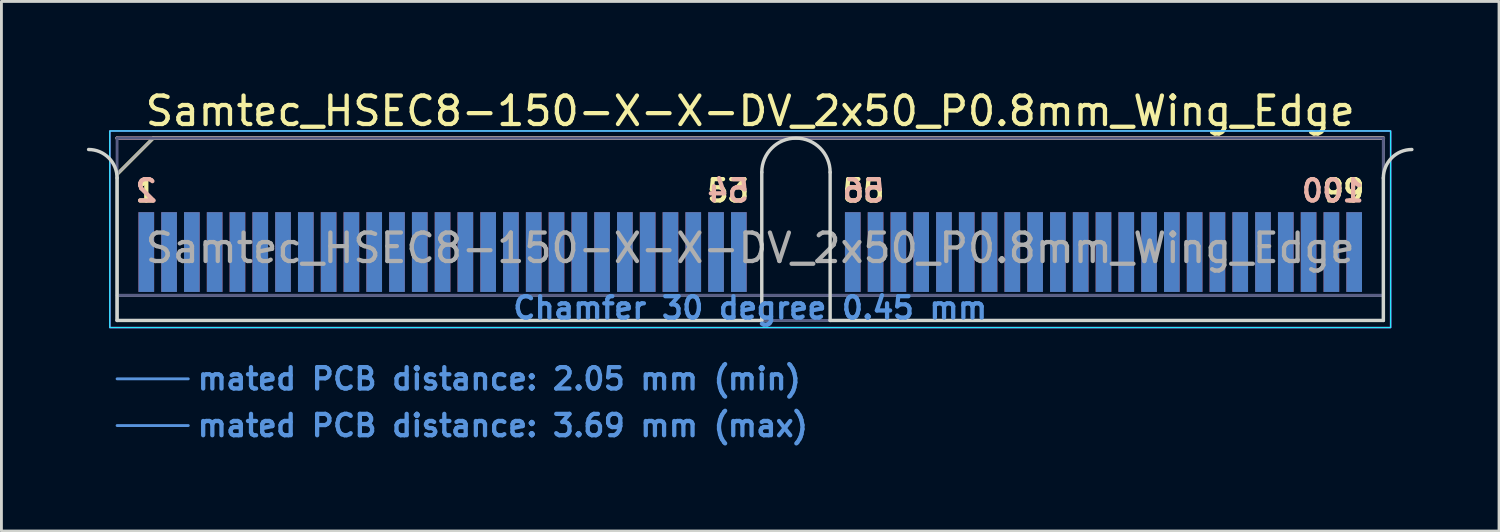
<source format=kicad_pcb>
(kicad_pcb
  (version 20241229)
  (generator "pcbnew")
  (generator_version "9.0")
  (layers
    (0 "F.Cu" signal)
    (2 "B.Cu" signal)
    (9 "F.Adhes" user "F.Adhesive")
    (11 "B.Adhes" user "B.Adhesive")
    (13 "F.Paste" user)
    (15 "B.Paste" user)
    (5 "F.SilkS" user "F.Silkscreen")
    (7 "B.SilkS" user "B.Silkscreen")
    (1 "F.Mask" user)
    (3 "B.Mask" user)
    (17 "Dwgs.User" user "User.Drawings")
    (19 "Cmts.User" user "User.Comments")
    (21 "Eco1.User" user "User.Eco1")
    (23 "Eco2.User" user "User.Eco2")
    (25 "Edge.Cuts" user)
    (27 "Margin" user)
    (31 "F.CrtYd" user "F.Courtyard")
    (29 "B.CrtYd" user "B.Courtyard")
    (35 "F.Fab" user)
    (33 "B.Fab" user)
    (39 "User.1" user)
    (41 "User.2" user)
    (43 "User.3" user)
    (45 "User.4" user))
  (footprint "Samtec_HSEC8-150-X-X-DV_2x50_P0.8mm_Wing_Edge"
    (layer "F.Cu")
    (at 23.285 8.198)
    (property "Reference" "Samtec_HSEC8-150-X-X-DV_2x50_P0.8mm_Wing_Edge" (at 0 -7.35 0) (layer "F.SilkS") (effects (font (size 1 1) (thickness 0.15))))
    (attr exclude_from_pos_files exclude_from_bom)
    (fp_line (start -22.225 -5.13) (end -20.955 -6.4) (stroke (width 0.12) (type solid)) (layer "F.SilkS"))
    (fp_line (start -20.955 -6.4) (end 22.225 -6.4) (stroke (width 0.12) (type solid)) (layer "F.SilkS"))
    (fp_line (start -22.225 -6.4) (end -22.225 -6.4) (stroke (width 0.12) (type solid)) (layer "B.SilkS"))
    (fp_line (start -22.225 -6.4) (end 22.225 -6.4) (stroke (width 0.12) (type solid)) (layer "B.SilkS"))
    (fp_line (start -22.225 2.05) (end -19.725 2.05) (stroke (width 0.1) (type solid)) (layer "Cmts.User"))
    (fp_line (start -22.225 3.69) (end -19.725 3.69) (stroke (width 0.1) (type solid)) (layer "Cmts.User"))
    (fp_line (start -22.225 -5) (end -22.225 0) (stroke (width 0.12) (type solid)) (layer "Edge.Cuts"))
    (fp_line (start -22.225 0) (end 0.405 0) (stroke (width 0.12) (type solid)) (layer "Edge.Cuts"))
    (fp_line (start 0.405 0) (end 0.405 -5.2) (stroke (width 0.12) (type solid)) (layer "Edge.Cuts"))
    (fp_line (start 2.805 -5.2) (end 2.805 0) (stroke (width 0.12) (type solid)) (layer "Edge.Cuts"))
    (fp_line (start 2.805 0) (end 22.225 0) (stroke (width 0.12) (type solid)) (layer "Edge.Cuts"))
    (fp_line (start 22.225 0) (end 22.225 -5) (stroke (width 0.12) (type solid)) (layer "Edge.Cuts"))
    (fp_arc (start -23.225 -6) (mid -22.517893 -5.707107) (end -22.225 -5) (stroke (width 0.12) (type solid)) (layer "Edge.Cuts"))
    (fp_arc (start 0.405 -5.2) (mid 1.605 -6.4) (end 2.805 -5.2) (stroke (width 0.12) (type solid)) (layer "Edge.Cuts"))
    (fp_arc (start 22.225 -5) (mid 22.517893 -5.707107) (end 23.225 -6) (stroke (width 0.12) (type solid)) (layer "Edge.Cuts"))
    (fp_rect (start -22.48 -6.65) (end 22.48 0.25) (stroke (width 0.05) (type solid)) (fill no) (layer "B.CrtYd"))
    (fp_rect (start -22.48 -6.65) (end 22.48 0.25) (stroke (width 0.05) (type solid)) (fill no) (layer "F.CrtYd"))
    (fp_line (start -22.225 -6.4) (end -22.225 -6.4) (stroke (width 0.1) (type solid)) (layer "B.Fab"))
    (fp_line (start -22.225 -6.4) (end -22.225 0) (stroke (width 0.1) (type solid)) (layer "B.Fab"))
    (fp_line (start -22.225 -6.4) (end 22.225 -6.4) (stroke (width 0.1) (type solid)) (layer "B.Fab"))
    (fp_line (start -22.225 -0.88) (end 22.225 -0.88) (stroke (width 0.1) (type solid)) (layer "B.Fab"))
    (fp_line (start -22.225 0) (end 22.225 0) (stroke (width 0.1) (type solid)) (layer "B.Fab"))
    (fp_line (start 22.225 -6.4) (end 22.225 0) (stroke (width 0.1) (type solid)) (layer "B.Fab"))
    (fp_line (start -22.225 -5.13) (end -22.225 0) (stroke (width 0.1) (type solid)) (layer "F.Fab"))
    (fp_line (start -22.225 -5.13) (end -20.955 -6.4) (stroke (width 0.1) (type solid)) (layer "F.Fab"))
    (fp_line (start -22.225 -0.88) (end 22.225 -0.88) (stroke (width 0.1) (type solid)) (layer "F.Fab"))
    (fp_line (start -22.225 0) (end 22.225 0) (stroke (width 0.1) (type solid)) (layer "F.Fab"))
    (fp_line (start -20.955 -6.4) (end 22.225 -6.4) (stroke (width 0.1) (type solid)) (layer "F.Fab"))
    (fp_line (start 22.225 -6.4) (end 22.225 0) (stroke (width 0.1) (type solid)) (layer "F.Fab"))
    (fp_text user "53" (at -0.775 -4.55 0) (layer "F.SilkS") (effects (font (size 0.75 0.75) (thickness 0.15))))
    (fp_text user "99" (at 20.825 -4.55 0) (layer "F.SilkS") (effects (font (size 0.75 0.75) (thickness 0.15))))
    (fp_text user "1" (at -21.2 -4.55 0) (layer "F.SilkS") (effects (font (size 0.75 0.75) (thickness 0.15))))
    (fp_text user "55" (at 3.975 -4.55 0) (layer "F.SilkS") (effects (font (size 0.75 0.75) (thickness 0.15))))
    (fp_text user "2" (at -21.2 -4.55 0) (layer "B.SilkS") (effects (font (size 0.75 0.75) (thickness 0.15)) (justify mirror)))
    (fp_text user "56" (at 3.975 -4.55 0) (layer "B.SilkS") (effects (font (size 0.75 0.75) (thickness 0.15)) (justify mirror)))
    (fp_text user "100" (at 20.45 -4.55 0) (layer "B.SilkS") (effects (font (size 0.75 0.75) (thickness 0.15)) (justify mirror)))
    (fp_text user "54" (at -0.775 -4.55 0) (layer "B.SilkS") (effects (font (size 0.75 0.75) (thickness 0.15)) (justify mirror)))
    (fp_text user "Chamfer 30 degree 0.45 mm" (at 0 -0.44 0) (layer "Cmts.User") (effects (font (size 0.75 0.75) (thickness 0.15))))
    (fp_text user "mated PCB distance: 2.05 mm (min)" (at -19.48 2.05 0) (layer "Cmts.User") (effects (font (size 0.75 0.75) (thickness 0.15)) (justify left)))
    (fp_text user "mated PCB distance: 3.69 mm (max)" (at -19.48 3.69 0) (layer "Cmts.User") (effects (font (size 0.75 0.75) (thickness 0.15)) (justify left)))
    (fp_text user "${REFERENCE}" (at 0 -2.54 0) (layer "F.Fab") (effects (font (size 1 1) (thickness 0.15))))
    (pad "1" connect rect (at -21.2 -2.4) (size 0.55 2.8) (layers "F.Cu" "F.Mask"))
    (pad "2" connect rect (at -21.2 -2.4) (size 0.55 2.8) (layers "B.Cu" "B.Mask"))
    (pad "3" connect rect (at -20.4 -2.4) (size 0.55 2.8) (layers "F.Cu" "F.Mask"))
    (pad "4" connect rect (at -20.4 -2.4) (size 0.55 2.8) (layers "B.Cu" "B.Mask"))
    (pad "5" connect rect (at -19.6 -2.4) (size 0.55 2.8) (layers "F.Cu" "F.Mask"))
    (pad "6" connect rect (at -19.6 -2.4) (size 0.55 2.8) (layers "B.Cu" "B.Mask"))
    (pad "7" connect rect (at -18.8 -2.4) (size 0.55 2.8) (layers "F.Cu" "F.Mask"))
    (pad "8" connect rect (at -18.8 -2.4) (size 0.55 2.8) (layers "B.Cu" "B.Mask"))
    (pad "9" connect rect (at -18 -2.4) (size 0.55 2.8) (layers "F.Cu" "F.Mask"))
    (pad "10" connect rect (at -18 -2.4) (size 0.55 2.8) (layers "B.Cu" "B.Mask"))
    (pad "11" connect rect (at -17.2 -2.4) (size 0.55 2.8) (layers "F.Cu" "F.Mask"))
    (pad "12" connect rect (at -17.2 -2.4) (size 0.55 2.8) (layers "B.Cu" "B.Mask"))
    (pad "13" connect rect (at -16.4 -2.4) (size 0.55 2.8) (layers "F.Cu" "F.Mask"))
    (pad "14" connect rect (at -16.4 -2.4) (size 0.55 2.8) (layers "B.Cu" "B.Mask"))
    (pad "15" connect rect (at -15.6 -2.4) (size 0.55 2.8) (layers "F.Cu" "F.Mask"))
    (pad "16" connect rect (at -15.6 -2.4) (size 0.55 2.8) (layers "B.Cu" "B.Mask"))
    (pad "17" connect rect (at -14.8 -2.4) (size 0.55 2.8) (layers "F.Cu" "F.Mask"))
    (pad "18" connect rect (at -14.8 -2.4) (size 0.55 2.8) (layers "B.Cu" "B.Mask"))
    (pad "19" connect rect (at -14 -2.4) (size 0.55 2.8) (layers "F.Cu" "F.Mask"))
    (pad "20" connect rect (at -14 -2.4) (size 0.55 2.8) (layers "B.Cu" "B.Mask"))
    (pad "21" connect rect (at -13.2 -2.4) (size 0.55 2.8) (layers "F.Cu" "F.Mask"))
    (pad "22" connect rect (at -13.2 -2.4) (size 0.55 2.8) (layers "B.Cu" "B.Mask"))
    (pad "23" connect rect (at -12.4 -2.4) (size 0.55 2.8) (layers "F.Cu" "F.Mask"))
    (pad "24" connect rect (at -12.4 -2.4) (size 0.55 2.8) (layers "B.Cu" "B.Mask"))
    (pad "25" connect rect (at -11.6 -2.4) (size 0.55 2.8) (layers "F.Cu" "F.Mask"))
    (pad "26" connect rect (at -11.6 -2.4) (size 0.55 2.8) (layers "B.Cu" "B.Mask"))
    (pad "27" connect rect (at -10.8 -2.4) (size 0.55 2.8) (layers "F.Cu" "F.Mask"))
    (pad "28" connect rect (at -10.8 -2.4) (size 0.55 2.8) (layers "B.Cu" "B.Mask"))
    (pad "29" connect rect (at -10 -2.4) (size 0.55 2.8) (layers "F.Cu" "F.Mask"))
    (pad "30" connect rect (at -10 -2.4) (size 0.55 2.8) (layers "B.Cu" "B.Mask"))
    (pad "31" connect rect (at -9.2 -2.4) (size 0.55 2.8) (layers "F.Cu" "F.Mask"))
    (pad "32" connect rect (at -9.2 -2.4) (size 0.55 2.8) (layers "B.Cu" "B.Mask"))
    (pad "33" connect rect (at -8.4 -2.4) (size 0.55 2.8) (layers "F.Cu" "F.Mask"))
    (pad "34" connect rect (at -8.4 -2.4) (size 0.55 2.8) (layers "B.Cu" "B.Mask"))
    (pad "35" connect rect (at -7.6 -2.4) (size 0.55 2.8) (layers "F.Cu" "F.Mask"))
    (pad "36" connect rect (at -7.6 -2.4) (size 0.55 2.8) (layers "B.Cu" "B.Mask"))
    (pad "37" connect rect (at -6.8 -2.4) (size 0.55 2.8) (layers "F.Cu" "F.Mask"))
    (pad "38" connect rect (at -6.8 -2.4) (size 0.55 2.8) (layers "B.Cu" "B.Mask"))
    (pad "39" connect rect (at -6 -2.4) (size 0.55 2.8) (layers "F.Cu" "F.Mask"))
    (pad "40" connect rect (at -6 -2.4) (size 0.55 2.8) (layers "B.Cu" "B.Mask"))
    (pad "41" connect rect (at -5.2 -2.4) (size 0.55 2.8) (layers "F.Cu" "F.Mask"))
    (pad "42" connect rect (at -5.2 -2.4) (size 0.55 2.8) (layers "B.Cu" "B.Mask"))
    (pad "43" connect rect (at -4.4 -2.4) (size 0.55 2.8) (layers "F.Cu" "F.Mask"))
    (pad "44" connect rect (at -4.4 -2.4) (size 0.55 2.8) (layers "B.Cu" "B.Mask"))
    (pad "45" connect rect (at -3.6 -2.4) (size 0.55 2.8) (layers "F.Cu" "F.Mask"))
    (pad "46" connect rect (at -3.6 -2.4) (size 0.55 2.8) (layers "B.Cu" "B.Mask"))
    (pad "47" connect rect (at -2.8 -2.4) (size 0.55 2.8) (layers "F.Cu" "F.Mask"))
    (pad "48" connect rect (at -2.8 -2.4) (size 0.55 2.8) (layers "B.Cu" "B.Mask"))
    (pad "49" connect rect (at -2 -2.4) (size 0.55 2.8) (layers "F.Cu" "F.Mask"))
    (pad "50" connect rect (at -2 -2.4) (size 0.55 2.8) (layers "B.Cu" "B.Mask"))
    (pad "51" connect rect (at -1.2 -2.4) (size 0.55 2.8) (layers "F.Cu" "F.Mask"))
    (pad "52" connect rect (at -1.2 -2.4) (size 0.55 2.8) (layers "B.Cu" "B.Mask"))
    (pad "53" connect rect (at -0.4 -2.4) (size 0.55 2.8) (layers "F.Cu" "F.Mask"))
    (pad "54" connect rect (at -0.4 -2.4) (size 0.55 2.8) (layers "B.Cu" "B.Mask"))
    (pad "55" connect rect (at 3.6 -2.4) (size 0.55 2.8) (layers "F.Cu" "F.Mask"))
    (pad "56" connect rect (at 3.6 -2.4) (size 0.55 2.8) (layers "B.Cu" "B.Mask"))
    (pad "57" connect rect (at 4.4 -2.4) (size 0.55 2.8) (layers "F.Cu" "F.Mask"))
    (pad "58" connect rect (at 4.4 -2.4) (size 0.55 2.8) (layers "B.Cu" "B.Mask"))
    (pad "59" connect rect (at 5.2 -2.4) (size 0.55 2.8) (layers "F.Cu" "F.Mask"))
    (pad "60" connect rect (at 5.2 -2.4) (size 0.55 2.8) (layers "B.Cu" "B.Mask"))
    (pad "61" connect rect (at 6 -2.4) (size 0.55 2.8) (layers "F.Cu" "F.Mask"))
    (pad "62" connect rect (at 6 -2.4) (size 0.55 2.8) (layers "B.Cu" "B.Mask"))
    (pad "63" connect rect (at 6.8 -2.4) (size 0.55 2.8) (layers "F.Cu" "F.Mask"))
    (pad "64" connect rect (at 6.8 -2.4) (size 0.55 2.8) (layers "B.Cu" "B.Mask"))
    (pad "65" connect rect (at 7.6 -2.4) (size 0.55 2.8) (layers "F.Cu" "F.Mask"))
    (pad "66" connect rect (at 7.6 -2.4) (size 0.55 2.8) (layers "B.Cu" "B.Mask"))
    (pad "67" connect rect (at 8.4 -2.4) (size 0.55 2.8) (layers "F.Cu" "F.Mask"))
    (pad "68" connect rect (at 8.4 -2.4) (size 0.55 2.8) (layers "B.Cu" "B.Mask"))
    (pad "69" connect rect (at 9.2 -2.4) (size 0.55 2.8) (layers "F.Cu" "F.Mask"))
    (pad "70" connect rect (at 9.2 -2.4) (size 0.55 2.8) (layers "B.Cu" "B.Mask"))
    (pad "71" connect rect (at 10 -2.4) (size 0.55 2.8) (layers "F.Cu" "F.Mask"))
    (pad "72" connect rect (at 10 -2.4) (size 0.55 2.8) (layers "B.Cu" "B.Mask"))
    (pad "73" connect rect (at 10.8 -2.4) (size 0.55 2.8) (layers "F.Cu" "F.Mask"))
    (pad "74" connect rect (at 10.8 -2.4) (size 0.55 2.8) (layers "B.Cu" "B.Mask"))
    (pad "75" connect rect (at 11.6 -2.4) (size 0.55 2.8) (layers "F.Cu" "F.Mask"))
    (pad "76" connect rect (at 11.6 -2.4) (size 0.55 2.8) (layers "B.Cu" "B.Mask"))
    (pad "77" connect rect (at 12.4 -2.4) (size 0.55 2.8) (layers "F.Cu" "F.Mask"))
    (pad "78" connect rect (at 12.4 -2.4) (size 0.55 2.8) (layers "B.Cu" "B.Mask"))
    (pad "79" connect rect (at 13.2 -2.4) (size 0.55 2.8) (layers "F.Cu" "F.Mask"))
    (pad "80" connect rect (at 13.2 -2.4) (size 0.55 2.8) (layers "B.Cu" "B.Mask"))
    (pad "81" connect rect (at 14 -2.4) (size 0.55 2.8) (layers "F.Cu" "F.Mask"))
    (pad "82" connect rect (at 14 -2.4) (size 0.55 2.8) (layers "B.Cu" "B.Mask"))
    (pad "83" connect rect (at 14.8 -2.4) (size 0.55 2.8) (layers "F.Cu" "F.Mask"))
    (pad "84" connect rect (at 14.8 -2.4) (size 0.55 2.8) (layers "B.Cu" "B.Mask"))
    (pad "85" connect rect (at 15.6 -2.4) (size 0.55 2.8) (layers "F.Cu" "F.Mask"))
    (pad "86" connect rect (at 15.6 -2.4) (size 0.55 2.8) (layers "B.Cu" "B.Mask"))
    (pad "87" connect rect (at 16.4 -2.4) (size 0.55 2.8) (layers "F.Cu" "F.Mask"))
    (pad "88" connect rect (at 16.4 -2.4) (size 0.55 2.8) (layers "B.Cu" "B.Mask"))
    (pad "89" connect rect (at 17.2 -2.4) (size 0.55 2.8) (layers "F.Cu" "F.Mask"))
    (pad "90" connect rect (at 17.2 -2.4) (size 0.55 2.8) (layers "B.Cu" "B.Mask"))
    (pad "91" connect rect (at 18 -2.4) (size 0.55 2.8) (layers "F.Cu" "F.Mask"))
    (pad "92" connect rect (at 18 -2.4) (size 0.55 2.8) (layers "B.Cu" "B.Mask"))
    (pad "93" connect rect (at 18.8 -2.4) (size 0.55 2.8) (layers "F.Cu" "F.Mask"))
    (pad "94" connect rect (at 18.8 -2.4) (size 0.55 2.8) (layers "B.Cu" "B.Mask"))
    (pad "95" connect rect (at 19.6 -2.4) (size 0.55 2.8) (layers "F.Cu" "F.Mask"))
    (pad "96" connect rect (at 19.6 -2.4) (size 0.55 2.8) (layers "B.Cu" "B.Mask"))
    (pad "97" connect rect (at 20.4 -2.4) (size 0.55 2.8) (layers "F.Cu" "F.Mask"))
    (pad "98" connect rect (at 20.4 -2.4) (size 0.55 2.8) (layers "B.Cu" "B.Mask"))
    (pad "99" connect rect (at 21.2 -2.4) (size 0.55 2.8) (layers "F.Cu" "F.Mask"))
    (pad "100" connect rect (at 21.2 -2.4) (size 0.55 2.8) (layers "B.Cu" "B.Mask")))
  (gr_rect
    (start -3 -3)
    (end 49.57 15.59)
    (stroke (width 0.1) (type default))
    (fill no)
    (layer "Edge.Cuts")))
</source>
